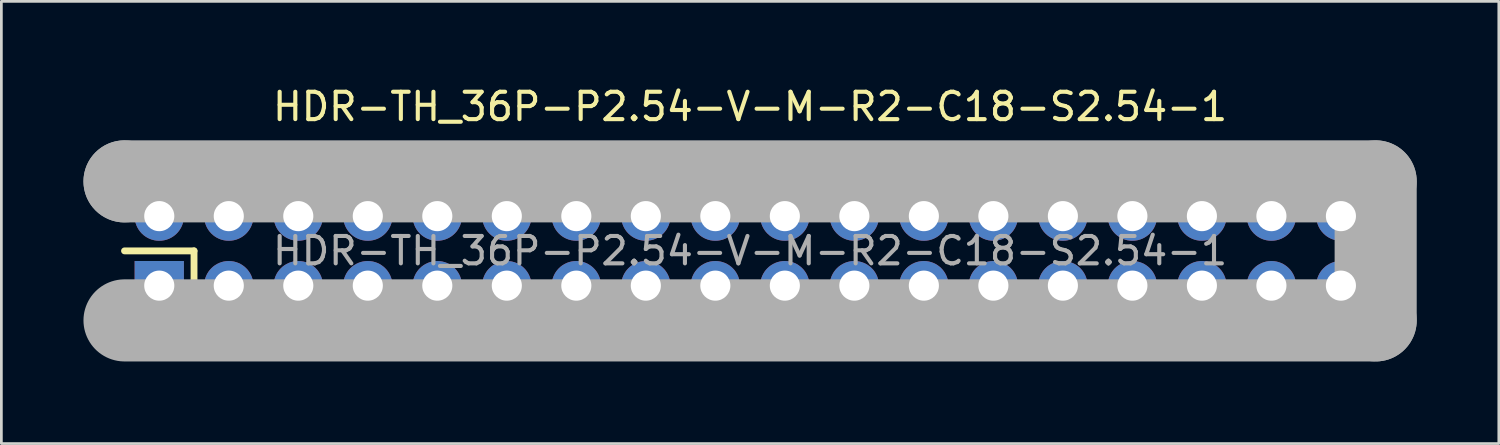
<source format=kicad_pcb>
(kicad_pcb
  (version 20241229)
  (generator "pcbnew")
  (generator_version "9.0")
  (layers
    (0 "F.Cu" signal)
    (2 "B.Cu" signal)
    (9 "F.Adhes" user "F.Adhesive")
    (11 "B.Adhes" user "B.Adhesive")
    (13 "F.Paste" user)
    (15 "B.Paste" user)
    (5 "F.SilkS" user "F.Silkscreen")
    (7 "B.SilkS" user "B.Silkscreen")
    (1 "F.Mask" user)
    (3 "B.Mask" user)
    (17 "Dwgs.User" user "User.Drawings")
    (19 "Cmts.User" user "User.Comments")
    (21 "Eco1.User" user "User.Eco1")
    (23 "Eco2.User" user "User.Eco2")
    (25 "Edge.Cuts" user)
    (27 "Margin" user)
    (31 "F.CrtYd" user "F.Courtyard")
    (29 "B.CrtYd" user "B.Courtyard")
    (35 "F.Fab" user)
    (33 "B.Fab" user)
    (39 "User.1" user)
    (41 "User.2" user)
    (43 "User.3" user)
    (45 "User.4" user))
  (footprint "HDR-TH_36P-P2.54-V-M-R2-C18-S2.54-1"
    (layer "F.Cu")
    (at 24.36 6.118)
    (property "Reference" "HDR-TH_36P-P2.54-V-M-R2-C18-S2.54-1" (at 0 -5.27 0) (layer "F.SilkS") (effects (font (size 1 1) (thickness 0.15))))
    (attr through_hole)
    (fp_line (start -22.86 0) (end -20.32 0) (stroke (width 0.25) (type solid)) (layer "F.SilkS"))
    (fp_line (start -20.32 0) (end -20.32 2.54) (stroke (width 0.25) (type solid)) (layer "F.SilkS"))
    (fp_line (start -22.86 -2.54) (end -22.86 -2.54) (stroke (width 3) (type solid)) (layer "F.Fab"))
    (fp_line (start -22.86 -2.54) (end 22.86 -2.54) (stroke (width 3) (type solid)) (layer "F.Fab"))
    (fp_line (start 22.86 -2.54) (end 22.86 2.54) (stroke (width 3) (type solid)) (layer "F.Fab"))
    (fp_line (start 22.86 2.54) (end -22.86 2.54) (stroke (width 3) (type solid)) (layer "F.Fab"))
    (fp_circle (center -22.86 2.54) (end -22.83 2.54) (stroke (width 0.06) (type solid)) (fill no) (layer "F.Fab"))
    (fp_text user "${REFERENCE}" (at 0 0 0) (layer "F.Fab") (effects (font (size 1 1) (thickness 0.15))))
    (pad "1" thru_hole rect (at -21.59 1.27) (size 1.8 1.8) (drill 1.1) (layers "*.Cu" "*.Mask"))
    (pad "2" thru_hole circle (at -21.59 -1.27) (size 1.8 1.8) (drill 1.1) (layers "*.Cu" "*.Mask"))
    (pad "3" thru_hole circle (at -19.05 1.27) (size 1.8 1.8) (drill 1.1) (layers "*.Cu" "*.Mask"))
    (pad "4" thru_hole circle (at -19.05 -1.27) (size 1.8 1.8) (drill 1.1) (layers "*.Cu" "*.Mask"))
    (pad "5" thru_hole circle (at -16.51 1.27) (size 1.8 1.8) (drill 1.1) (layers "*.Cu" "*.Mask"))
    (pad "6" thru_hole circle (at -16.51 -1.27) (size 1.8 1.8) (drill 1.1) (layers "*.Cu" "*.Mask"))
    (pad "7" thru_hole circle (at -13.97 1.27) (size 1.8 1.8) (drill 1.1) (layers "*.Cu" "*.Mask"))
    (pad "8" thru_hole circle (at -13.97 -1.27) (size 1.8 1.8) (drill 1.1) (layers "*.Cu" "*.Mask"))
    (pad "9" thru_hole circle (at -11.43 1.27) (size 1.8 1.8) (drill 1.1) (layers "*.Cu" "*.Mask"))
    (pad "10" thru_hole circle (at -11.43 -1.27) (size 1.8 1.8) (drill 1.1) (layers "*.Cu" "*.Mask"))
    (pad "11" thru_hole circle (at -8.89 1.27) (size 1.8 1.8) (drill 1.1) (layers "*.Cu" "*.Mask"))
    (pad "12" thru_hole circle (at -8.89 -1.27) (size 1.8 1.8) (drill 1.1) (layers "*.Cu" "*.Mask"))
    (pad "13" thru_hole circle (at -6.35 1.27) (size 1.8 1.8) (drill 1.1) (layers "*.Cu" "*.Mask"))
    (pad "14" thru_hole circle (at -6.35 -1.27) (size 1.8 1.8) (drill 1.1) (layers "*.Cu" "*.Mask"))
    (pad "15" thru_hole circle (at -3.81 1.27) (size 1.8 1.8) (drill 1.1) (layers "*.Cu" "*.Mask"))
    (pad "16" thru_hole circle (at -3.81 -1.27) (size 1.8 1.8) (drill 1.1) (layers "*.Cu" "*.Mask"))
    (pad "17" thru_hole circle (at -1.27 1.27) (size 1.8 1.8) (drill 1.1) (layers "*.Cu" "*.Mask"))
    (pad "18" thru_hole circle (at -1.27 -1.27) (size 1.8 1.8) (drill 1.1) (layers "*.Cu" "*.Mask"))
    (pad "19" thru_hole circle (at 1.27 1.27) (size 1.8 1.8) (drill 1.1) (layers "*.Cu" "*.Mask"))
    (pad "20" thru_hole circle (at 1.27 -1.27) (size 1.8 1.8) (drill 1.1) (layers "*.Cu" "*.Mask"))
    (pad "21" thru_hole circle (at 3.81 1.27) (size 1.8 1.8) (drill 1.1) (layers "*.Cu" "*.Mask"))
    (pad "22" thru_hole circle (at 3.81 -1.27) (size 1.8 1.8) (drill 1.1) (layers "*.Cu" "*.Mask"))
    (pad "23" thru_hole circle (at 6.35 1.27) (size 1.8 1.8) (drill 1.1) (layers "*.Cu" "*.Mask"))
    (pad "24" thru_hole circle (at 6.35 -1.27) (size 1.8 1.8) (drill 1.1) (layers "*.Cu" "*.Mask"))
    (pad "25" thru_hole circle (at 8.89 1.27) (size 1.8 1.8) (drill 1.1) (layers "*.Cu" "*.Mask"))
    (pad "26" thru_hole circle (at 8.89 -1.27) (size 1.8 1.8) (drill 1.1) (layers "*.Cu" "*.Mask"))
    (pad "27" thru_hole circle (at 11.43 1.27) (size 1.8 1.8) (drill 1.1) (layers "*.Cu" "*.Mask"))
    (pad "28" thru_hole circle (at 11.43 -1.27) (size 1.8 1.8) (drill 1.1) (layers "*.Cu" "*.Mask"))
    (pad "29" thru_hole circle (at 13.97 1.27) (size 1.8 1.8) (drill 1.1) (layers "*.Cu" "*.Mask"))
    (pad "30" thru_hole circle (at 13.97 -1.27) (size 1.8 1.8) (drill 1.1) (layers "*.Cu" "*.Mask"))
    (pad "31" thru_hole circle (at 16.51 1.27) (size 1.8 1.8) (drill 1.1) (layers "*.Cu" "*.Mask"))
    (pad "32" thru_hole circle (at 16.51 -1.27) (size 1.8 1.8) (drill 1.1) (layers "*.Cu" "*.Mask"))
    (pad "33" thru_hole circle (at 19.05 1.27) (size 1.8 1.8) (drill 1.1) (layers "*.Cu" "*.Mask"))
    (pad "34" thru_hole circle (at 19.05 -1.27) (size 1.8 1.8) (drill 1.1) (layers "*.Cu" "*.Mask"))
    (pad "35" thru_hole circle (at 21.59 1.27) (size 1.8 1.8) (drill 1.1) (layers "*.Cu" "*.Mask"))
    (pad "36" thru_hole circle (at 21.59 -1.27) (size 1.8 1.8) (drill 1.1) (layers "*.Cu" "*.Mask")))
  (gr_rect
    (start -3 -3)
    (end 51.72 13.158)
    (stroke (width 0.1) (type default))
    (fill no)
    (layer "Edge.Cuts")))
</source>
